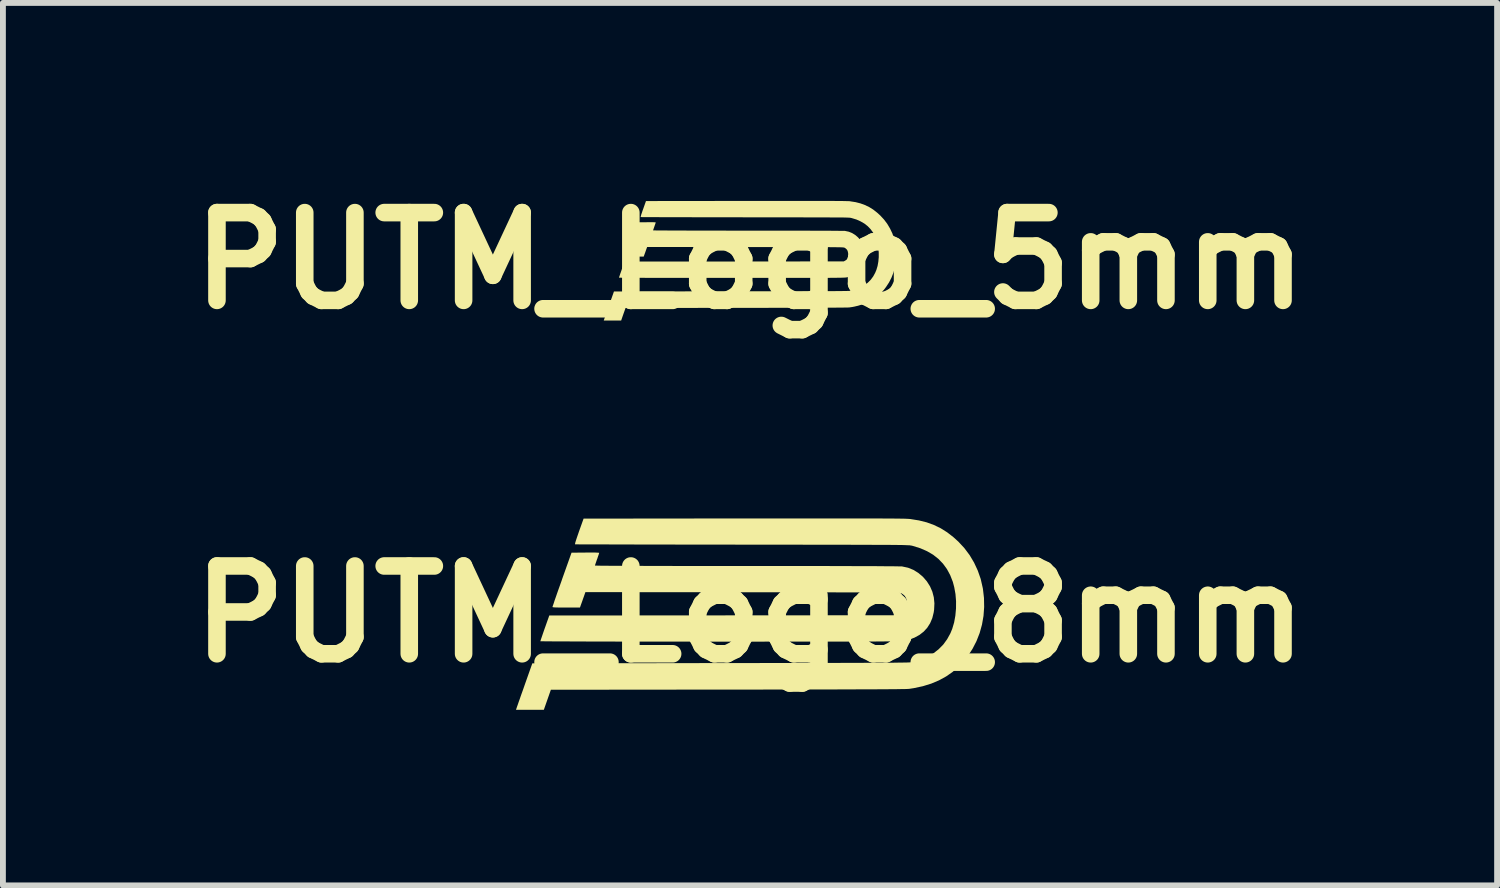
<source format=kicad_pcb>
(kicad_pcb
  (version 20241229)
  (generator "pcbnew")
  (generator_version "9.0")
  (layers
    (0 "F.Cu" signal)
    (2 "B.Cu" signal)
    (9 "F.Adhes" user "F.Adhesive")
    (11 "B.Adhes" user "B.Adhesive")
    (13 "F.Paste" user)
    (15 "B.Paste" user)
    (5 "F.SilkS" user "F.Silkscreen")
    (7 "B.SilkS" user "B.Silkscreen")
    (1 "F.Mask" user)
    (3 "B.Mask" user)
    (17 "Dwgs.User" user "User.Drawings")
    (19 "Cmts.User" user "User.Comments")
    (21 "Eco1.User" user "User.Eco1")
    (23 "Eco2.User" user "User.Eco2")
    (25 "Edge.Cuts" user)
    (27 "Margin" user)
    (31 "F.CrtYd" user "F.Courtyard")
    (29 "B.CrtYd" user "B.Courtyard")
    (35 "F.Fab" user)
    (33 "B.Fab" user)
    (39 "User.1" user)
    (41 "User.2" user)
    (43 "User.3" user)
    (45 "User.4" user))
  (footprint "PUTM_Logo_5mm"
    (layer "F.Cu")
    (at 9.764 1.404)
    (property "Reference" "PUTM_Logo_5mm" (at 0 0 0) (layer "F.SilkS") (effects (font (size 1.5 1.5) (thickness 0.3))))
    (attr board_only exclude_from_pos_files exclude_from_bom allow_missing_courtyard)
    (fp_poly (pts (xy -1.678 -0.657) (xy -1.648 -0.657) (xy -1.627 -0.656) (xy -1.614 -0.655) (xy -1.61 -0.653) (xy -1.612 -0.647) (xy -1.616 -0.634) (xy -1.623 -0.614) (xy -1.631 -0.591) (xy -1.633 -0.585) (xy -1.641 -0.562) (xy -1.648 -0.542) (xy -1.653 -0.527) (xy -1.655 -0.519) (xy -1.655 -0.518) (xy -1.65 -0.518) (xy -1.636 -0.517) (xy -1.612 -0.517) (xy -1.579 -0.516) (xy -1.537 -0.516) (xy -1.487 -0.516) (xy -1.429 -0.516) (xy -1.363 -0.515) (xy -1.29 -0.515) (xy -1.21 -0.515) (xy -1.123 -0.515) (xy -1.029 -0.514) (xy -0.93 -0.514) (xy -0.824 -0.514) (xy -0.713 -0.514) (xy -0.597 -0.514) (xy -0.476 -0.514) (xy -0.35 -0.513) (xy -0.221 -0.513) (xy -0.087 -0.513) (xy -0.031 -0.513) (xy 0.135 -0.513) (xy 0.292 -0.513) (xy 0.442 -0.513) (xy 0.583 -0.513) (xy 0.715 -0.513) (xy 0.839 -0.513) (xy 0.955 -0.513) (xy 1.062 -0.512) (xy 1.16 -0.512) (xy 1.248 -0.512) (xy 1.328 -0.512) (xy 1.399 -0.511) (xy 1.46 -0.511) (xy 1.512 -0.51) (xy 1.555 -0.51) (xy 1.588 -0.51) (xy 1.611 -0.509) (xy 1.624 -0.509) (xy 1.627 -0.508) (xy 1.688 -0.495) (xy 1.745 -0.472) (xy 1.797 -0.44) (xy 1.844 -0.4) (xy 1.845 -0.399) (xy 1.888 -0.35) (xy 1.923 -0.296) (xy 1.947 -0.239) (xy 1.963 -0.178) (xy 1.969 -0.115) (xy 1.966 -0.048) (xy 1.962 -0.018) (xy 1.947 0.043) (xy 1.924 0.097) (xy 1.893 0.146) (xy 1.855 0.188) (xy 1.809 0.223) (xy 1.756 0.252) (xy 1.696 0.274) (xy 1.653 0.285) (xy 1.649 0.285) (xy 1.644 0.286) (xy 1.639 0.287) (xy 1.633 0.288) (xy 1.625 0.288) (xy 1.616 0.289) (xy 1.605 0.289) (xy 1.591 0.29) (xy 1.575 0.29) (xy 1.557 0.291) (xy 1.535 0.291) (xy 1.509 0.291) (xy 1.48 0.292) (xy 1.447 0.292) (xy 1.41 0.292) (xy 1.368 0.293) (xy 1.321 0.293) (xy 1.269 0.293) (xy 1.211 0.293) (xy 1.148 0.293) (xy 1.078 0.294) (xy 1.002 0.294) (xy 0.92 0.294) (xy 0.83 0.294) (xy 0.733 0.294) (xy 0.628 0.294) (xy 0.515 0.294) (xy 0.394 0.294) (xy 0.265 0.294) (xy 0.127 0.294) (xy -0.02 0.294) (xy -0.177 0.294) (xy -0.315 0.294) (xy -0.467 0.294) (xy -0.615 0.294) (xy -0.758 0.294) (xy -0.896 0.294) (xy -1.029 0.294) (xy -1.157 0.294) (xy -1.279 0.294) (xy -1.395 0.293) (xy -1.504 0.293) (xy -1.607 0.293) (xy -1.704 0.293) (xy -1.793 0.293) (xy -1.875 0.292) (xy -1.949 0.292) (xy -2.016 0.292) (xy -2.074 0.292) (xy -2.124 0.291) (xy -2.165 0.291) (xy -2.197 0.291) (xy -2.221 0.29) (xy -2.234 0.29) (xy -2.238 0.29) (xy -2.237 0.284) (xy -2.232 0.271) (xy -2.225 0.25) (xy -2.217 0.225) (xy -2.206 0.195) (xy -2.195 0.163) (xy -2.184 0.13) (xy -2.172 0.096) (xy -2.16 0.064) (xy -2.15 0.035) (xy -2.148 0.029) (xy -2.143 0.015) (xy -0.27 0.014) (xy 1.603 0.012) (xy 1.623 0.001) (xy 1.639 -0.009) (xy 1.654 -0.021) (xy 1.657 -0.025) (xy 1.669 -0.046) (xy 1.676 -0.073) (xy 1.679 -0.103) (xy 1.676 -0.134) (xy 1.669 -0.164) (xy 1.666 -0.172) (xy 1.651 -0.195) (xy 1.63 -0.213) (xy 1.613 -0.223) (xy 1.611 -0.224) (xy 1.608 -0.224) (xy 1.604 -0.225) (xy 1.599 -0.226) (xy 1.592 -0.226) (xy 1.583 -0.227) (xy 1.572 -0.228) (xy 1.559 -0.228) (xy 1.542 -0.229) (xy 1.522 -0.229) (xy 1.499 -0.229) (xy 1.472 -0.23) (xy 1.441 -0.23) (xy 1.405 -0.23) (xy 1.364 -0.231) (xy 1.319 -0.231) (xy 1.267 -0.231) (xy 1.21 -0.231) (xy 1.147 -0.232) (xy 1.078 -0.232) (xy 1.002 -0.232) (xy 0.919 -0.232) (xy 0.828 -0.232) (xy 0.73 -0.232) (xy 0.624 -0.232) (xy 0.509 -0.233) (xy 0.386 -0.233) (xy 0.254 -0.233) (xy 0.113 -0.233) (xy -0.038 -0.233) (xy -0.082 -0.233) (xy -1.757 -0.234) (xy -1.772 -0.193) (xy -1.781 -0.167) (xy -1.791 -0.138) (xy -1.801 -0.112) (xy -1.801 -0.111) (xy -1.816 -0.07) (xy -1.962 -0.07) (xy -2.006 -0.07) (xy -2.04 -0.07) (xy -2.067 -0.071) (xy -2.086 -0.071) (xy -2.099 -0.073) (xy -2.106 -0.074) (xy -2.109 -0.076) (xy -2.109 -0.076) (xy -2.107 -0.082) (xy -2.102 -0.096) (xy -2.095 -0.118) (xy -2.085 -0.147) (xy -2.073 -0.182) (xy -2.059 -0.222) (xy -2.043 -0.267) (xy -2.026 -0.315) (xy -2.008 -0.366) (xy -2.007 -0.369) (xy -1.906 -0.656) (xy -1.758 -0.657) (xy -1.714 -0.657)) (stroke (width 0) (type solid)) (fill yes) (layer "F.SilkS"))
    (fp_poly (pts (xy 0.939 -1.021) (xy 1.027 -1.021) (xy 1.109 -1.021) (xy 1.183 -1.021) (xy 1.251 -1.021) (xy 1.313 -1.021) (xy 1.369 -1.021) (xy 1.419 -1.021) (xy 1.464 -1.02) (xy 1.504 -1.02) (xy 1.54 -1.02) (xy 1.571 -1.02) (xy 1.599 -1.019) (xy 1.622 -1.019) (xy 1.643 -1.018) (xy 1.66 -1.018) (xy 1.675 -1.017) (xy 1.687 -1.017) (xy 1.697 -1.016) (xy 1.706 -1.016) (xy 1.713 -1.015) (xy 1.715 -1.014) (xy 1.805 -1) (xy 1.887 -0.979) (xy 1.964 -0.951) (xy 2.037 -0.916) (xy 2.106 -0.873) (xy 2.172 -0.821) (xy 2.225 -0.773) (xy 2.289 -0.704) (xy 2.345 -0.63) (xy 2.393 -0.549) (xy 2.433 -0.465) (xy 2.463 -0.375) (xy 2.485 -0.282) (xy 2.487 -0.269) (xy 2.499 -0.172) (xy 2.501 -0.075) (xy 2.493 0.02) (xy 2.477 0.112) (xy 2.452 0.202) (xy 2.418 0.289) (xy 2.376 0.371) (xy 2.325 0.449) (xy 2.291 0.494) (xy 2.231 0.559) (xy 2.165 0.616) (xy 2.095 0.665) (xy 2.018 0.708) (xy 1.936 0.742) (xy 1.846 0.77) (xy 1.75 0.791) (xy 1.702 0.798) (xy 1.696 0.799) (xy 1.686 0.799) (xy 1.672 0.8) (xy 1.653 0.8) (xy 1.629 0.801) (xy 1.6 0.801) (xy 1.566 0.802) (xy 1.526 0.802) (xy 1.481 0.802) (xy 1.429 0.803) (xy 1.372 0.803) (xy 1.308 0.803) (xy 1.237 0.804) (xy 1.159 0.804) (xy 1.073 0.804) (xy 0.981 0.804) (xy 0.88 0.805) (xy 0.772 0.805) (xy 0.655 0.805) (xy 0.53 0.805) (xy 0.396 0.805) (xy 0.253 0.806) (xy 0.101 0.806) (xy -0.061 0.806) (xy -0.232 0.806) (xy -0.234 0.806) (xy -2.126 0.808) (xy -2.164 0.915) (xy -2.201 1.022) (xy -2.35 1.022) (xy -2.498 1.022) (xy -2.495 1.011) (xy -2.492 1.004) (xy -2.487 0.989) (xy -2.479 0.966) (xy -2.469 0.937) (xy -2.457 0.902) (xy -2.443 0.862) (xy -2.427 0.819) (xy -2.411 0.772) (xy -2.408 0.763) (xy -2.324 0.526) (xy -0.308 0.523) (xy -0.139 0.523) (xy 0.02 0.523) (xy 0.17 0.523) (xy 0.311 0.522) (xy 0.443 0.522) (xy 0.567 0.522) (xy 0.682 0.522) (xy 0.789 0.522) (xy 0.889 0.522) (xy 0.981 0.521) (xy 1.067 0.521) (xy 1.145 0.521) (xy 1.217 0.521) (xy 1.283 0.52) (xy 1.343 0.52) (xy 1.397 0.52) (xy 1.446 0.52) (xy 1.49 0.519) (xy 1.53 0.519) (xy 1.564 0.519) (xy 1.595 0.518) (xy 1.622 0.518) (xy 1.645 0.518) (xy 1.665 0.517) (xy 1.682 0.517) (xy 1.696 0.516) (xy 1.708 0.516) (xy 1.718 0.515) (xy 1.725 0.515) (xy 1.732 0.514) (xy 1.737 0.513) (xy 1.741 0.513) (xy 1.744 0.512) (xy 1.822 0.489) (xy 1.892 0.458) (xy 1.956 0.421) (xy 2.013 0.376) (xy 2.063 0.326) (xy 2.106 0.268) (xy 2.14 0.205) (xy 2.16 0.157) (xy 2.18 0.09) (xy 2.193 0.017) (xy 2.2 -0.059) (xy 2.2 -0.137) (xy 2.194 -0.214) (xy 2.181 -0.287) (xy 2.166 -0.344) (xy 2.138 -0.416) (xy 2.103 -0.48) (xy 2.061 -0.538) (xy 2.012 -0.589) (xy 1.955 -0.634) (xy 1.891 -0.671) (xy 1.82 -0.703) (xy 1.741 -0.727) (xy 1.725 -0.731) (xy 1.721 -0.732) (xy 1.717 -0.733) (xy 1.712 -0.733) (xy 1.705 -0.734) (xy 1.697 -0.735) (xy 1.687 -0.735) (xy 1.675 -0.736) (xy 1.66 -0.736) (xy 1.643 -0.737) (xy 1.622 -0.737) (xy 1.598 -0.738) (xy 1.57 -0.738) (xy 1.538 -0.738) (xy 1.502 -0.739) (xy 1.461 -0.739) (xy 1.415 -0.739) (xy 1.363 -0.739) (xy 1.306 -0.74) (xy 1.244 -0.74) (xy 1.174 -0.74) (xy 1.099 -0.74) (xy 1.016 -0.74) (xy 0.927 -0.74) (xy 0.829 -0.741) (xy 0.725 -0.741) (xy 0.611 -0.741) (xy 0.49 -0.741) (xy 0.36 -0.741) (xy 0.221 -0.741) (xy 0.072 -0.741) (xy -0.086 -0.741) (xy -0.087 -0.741) (xy -0.22 -0.742) (xy -0.35 -0.742) (xy -0.477 -0.742) (xy -0.6 -0.742) (xy -0.721 -0.742) (xy -0.837 -0.742) (xy -0.949 -0.742) (xy -1.056 -0.743) (xy -1.158 -0.743) (xy -1.255 -0.743) (xy -1.346 -0.743) (xy -1.431 -0.743) (xy -1.51 -0.743) (xy -1.581 -0.744) (xy -1.646 -0.744) (xy -1.703 -0.744) (xy -1.752 -0.744) (xy -1.793 -0.744) (xy -1.826 -0.744) (xy -1.849 -0.745) (xy -1.863 -0.745) (xy -1.868 -0.745) (xy -1.868 -0.75) (xy -1.864 -0.765) (xy -1.858 -0.788) (xy -1.847 -0.819) (xy -1.834 -0.859) (xy -1.825 -0.883) (xy -1.777 -1.019) (xy -0.062 -1.021) (xy 0.095 -1.021) (xy 0.242 -1.021) (xy 0.379 -1.021) (xy 0.508 -1.021) (xy 0.628 -1.021) (xy 0.74 -1.021) (xy 0.843 -1.021)) (stroke (width 0) (type solid)) (fill yes) (layer "F.SilkS")))
  (footprint "PUTM_Logo_8mm"
    (layer "F.Cu")
    (at 9.764 7.442)
    (property "Reference" "PUTM_Logo_8mm" (at 0 0 0) (layer "F.SilkS") (effects (font (size 1.5 1.5) (thickness 0.3))))
    (attr board_only exclude_from_pos_files exclude_from_bom allow_missing_courtyard)
    (fp_poly (pts (xy -2.685 -1.051) (xy -2.637 -1.051) (xy -2.603 -1.049) (xy -2.582 -1.048) (xy -2.577 -1.046) (xy -2.579 -1.036) (xy -2.586 -1.014) (xy -2.597 -0.983) (xy -2.609 -0.946) (xy -2.613 -0.937) (xy -2.626 -0.899) (xy -2.637 -0.867) (xy -2.645 -0.843) (xy -2.648 -0.83) (xy -2.648 -0.829) (xy -2.641 -0.828) (xy -2.617 -0.828) (xy -2.579 -0.827) (xy -2.526 -0.826) (xy -2.46 -0.826) (xy -2.38 -0.825) (xy -2.287 -0.825) (xy -2.182 -0.825) (xy -2.064 -0.824) (xy -1.936 -0.824) (xy -1.797 -0.823) (xy -1.647 -0.823) (xy -1.487 -0.823) (xy -1.319 -0.822) (xy -1.141 -0.822) (xy -0.955 -0.822) (xy -0.762 -0.822) (xy -0.561 -0.822) (xy -0.353 -0.822) (xy -0.139 -0.822) (xy -0.05 -0.822) (xy 0.215 -0.821) (xy 0.468 -0.821) (xy 0.707 -0.821) (xy 0.932 -0.821) (xy 1.145 -0.821) (xy 1.343 -0.821) (xy 1.528 -0.82) (xy 1.699 -0.82) (xy 1.855 -0.819) (xy 1.998 -0.819) (xy 2.125 -0.819) (xy 2.238 -0.818) (xy 2.337 -0.817) (xy 2.42 -0.817) (xy 2.488 -0.816) (xy 2.54 -0.815) (xy 2.577 -0.815) (xy 2.599 -0.814) (xy 2.603 -0.813) (xy 2.701 -0.792) (xy 2.792 -0.755) (xy 2.875 -0.704) (xy 2.951 -0.64) (xy 2.953 -0.639) (xy 3.022 -0.559) (xy 3.076 -0.474) (xy 3.116 -0.382) (xy 3.141 -0.286) (xy 3.151 -0.184) (xy 3.146 -0.077) (xy 3.139 -0.028) (xy 3.115 0.069) (xy 3.078 0.156) (xy 3.029 0.233) (xy 2.968 0.3) (xy 2.894 0.357) (xy 2.81 0.403) (xy 2.713 0.438) (xy 2.645 0.456) (xy 2.638 0.457) (xy 2.631 0.458) (xy 2.622 0.459) (xy 2.612 0.46) (xy 2.6 0.461) (xy 2.585 0.462) (xy 2.568 0.463) (xy 2.546 0.464) (xy 2.521 0.465) (xy 2.491 0.465) (xy 2.456 0.466) (xy 2.415 0.466) (xy 2.369 0.467) (xy 2.316 0.467) (xy 2.256 0.468) (xy 2.189 0.468) (xy 2.114 0.469) (xy 2.031 0.469) (xy 1.938 0.469) (xy 1.837 0.469) (xy 1.726 0.47) (xy 1.604 0.47) (xy 1.471 0.47) (xy 1.328 0.47) (xy 1.172 0.47) (xy 1.005 0.47) (xy 0.825 0.47) (xy 0.631 0.47) (xy 0.424 0.47) (xy 0.203 0.471) (xy -0.033 0.471) (xy -0.284 0.471) (xy -0.505 0.471) (xy -0.748 0.471) (xy -0.984 0.471) (xy -1.213 0.47) (xy -1.435 0.47) (xy -1.647 0.47) (xy -1.851 0.47) (xy -2.046 0.47) (xy -2.232 0.47) (xy -2.407 0.469) (xy -2.572 0.469) (xy -2.726 0.469) (xy -2.869 0.468) (xy -3 0.468) (xy -3.119 0.467) (xy -3.225 0.467) (xy -3.319 0.467) (xy -3.399 0.466) (xy -3.465 0.466) (xy -3.516 0.465) (xy -3.553 0.465) (xy -3.575 0.464) (xy -3.582 0.464) (xy -3.579 0.455) (xy -3.572 0.433) (xy -3.561 0.401) (xy -3.547 0.36) (xy -3.531 0.313) (xy -3.513 0.261) (xy -3.494 0.208) (xy -3.475 0.154) (xy -3.457 0.103) (xy -3.44 0.056) (xy -3.437 0.046) (xy -3.429 0.024) (xy -0.432 0.022) (xy 2.565 0.02) (xy 2.598 0.002) (xy 2.623 -0.014) (xy 2.646 -0.034) (xy 2.651 -0.039) (xy 2.67 -0.073) (xy 2.682 -0.116) (xy 2.686 -0.165) (xy 2.682 -0.215) (xy 2.67 -0.262) (xy 2.665 -0.275) (xy 2.642 -0.313) (xy 2.609 -0.341) (xy 2.581 -0.357) (xy 2.577 -0.358) (xy 2.573 -0.359) (xy 2.567 -0.36) (xy 2.558 -0.361) (xy 2.548 -0.362) (xy 2.534 -0.363) (xy 2.516 -0.364) (xy 2.494 -0.365) (xy 2.468 -0.366) (xy 2.436 -0.366) (xy 2.399 -0.367) (xy 2.355 -0.368) (xy 2.305 -0.368) (xy 2.248 -0.369) (xy 2.183 -0.369) (xy 2.11 -0.37) (xy 2.028 -0.37) (xy 1.937 -0.37) (xy 1.836 -0.371) (xy 1.725 -0.371) (xy 1.603 -0.371) (xy 1.47 -0.371) (xy 1.325 -0.372) (xy 1.168 -0.372) (xy 0.998 -0.372) (xy 0.815 -0.372) (xy 0.618 -0.372) (xy 0.407 -0.373) (xy 0.181 -0.373) (xy -0.06 -0.373) (xy -0.132 -0.373) (xy -2.812 -0.375) (xy -2.835 -0.309) (xy -2.85 -0.267) (xy -2.866 -0.221) (xy -2.881 -0.179) (xy -2.882 -0.177) (xy -2.905 -0.112) (xy -3.14 -0.112) (xy -3.21 -0.112) (xy -3.265 -0.112) (xy -3.307 -0.113) (xy -3.338 -0.114) (xy -3.358 -0.116) (xy -3.37 -0.118) (xy -3.374 -0.121) (xy -3.374 -0.122) (xy -3.372 -0.131) (xy -3.364 -0.154) (xy -3.352 -0.189) (xy -3.337 -0.236) (xy -3.317 -0.292) (xy -3.295 -0.356) (xy -3.27 -0.427) (xy -3.242 -0.505) (xy -3.213 -0.586) (xy -3.212 -0.591) (xy -3.049 -1.049) (xy -2.813 -1.051) (xy -2.743 -1.052)) (stroke (width 0) (type solid)) (fill yes) (layer "F.SilkS"))
    (fp_poly (pts (xy 1.503 -1.634) (xy 1.644 -1.634) (xy 1.774 -1.634) (xy 1.893 -1.634) (xy 2.002 -1.634) (xy 2.101 -1.634) (xy 2.19 -1.634) (xy 2.271 -1.633) (xy 2.343 -1.633) (xy 2.407 -1.632) (xy 2.464 -1.632) (xy 2.514 -1.631) (xy 2.558 -1.631) (xy 2.596 -1.63) (xy 2.628 -1.63) (xy 2.656 -1.629) (xy 2.68 -1.628) (xy 2.699 -1.627) (xy 2.716 -1.626) (xy 2.729 -1.625) (xy 2.74 -1.624) (xy 2.745 -1.623) (xy 2.888 -1.6) (xy 3.02 -1.567) (xy 3.143 -1.522) (xy 3.259 -1.466) (xy 3.369 -1.397) (xy 3.476 -1.314) (xy 3.561 -1.237) (xy 3.663 -1.127) (xy 3.753 -1.007) (xy 3.829 -0.879) (xy 3.892 -0.743) (xy 3.942 -0.6) (xy 3.976 -0.451) (xy 3.98 -0.431) (xy 3.998 -0.275) (xy 4.001 -0.121) (xy 3.99 0.031) (xy 3.964 0.18) (xy 3.924 0.324) (xy 3.87 0.462) (xy 3.802 0.594) (xy 3.721 0.719) (xy 3.665 0.79) (xy 3.569 0.894) (xy 3.465 0.986) (xy 3.352 1.065) (xy 3.23 1.132) (xy 3.097 1.188) (xy 2.955 1.232) (xy 2.801 1.265) (xy 2.724 1.277) (xy 2.714 1.278) (xy 2.698 1.279) (xy 2.675 1.28) (xy 2.645 1.281) (xy 2.607 1.281) (xy 2.56 1.282) (xy 2.506 1.283) (xy 2.442 1.283) (xy 2.37 1.284) (xy 2.287 1.285) (xy 2.195 1.285) (xy 2.092 1.286) (xy 1.979 1.286) (xy 1.854 1.286) (xy 1.718 1.287) (xy 1.569 1.287) (xy 1.408 1.288) (xy 1.235 1.288) (xy 1.048 1.288) (xy 0.848 1.289) (xy 0.633 1.289) (xy 0.405 1.289) (xy 0.161 1.29) (xy -0.097 1.29) (xy -0.372 1.29) (xy -0.375 1.29) (xy -3.402 1.293) (xy -3.462 1.464) (xy -3.522 1.635) (xy -3.76 1.635) (xy -3.998 1.635) (xy -3.992 1.617) (xy -3.988 1.607) (xy -3.98 1.582) (xy -3.967 1.546) (xy -3.951 1.499) (xy -3.931 1.443) (xy -3.909 1.379) (xy -3.884 1.31) (xy -3.858 1.236) (xy -3.853 1.221) (xy -3.719 0.842) (xy -0.493 0.837) (xy -0.223 0.837) (xy 0.032 0.837) (xy 0.272 0.836) (xy 0.498 0.836) (xy 0.709 0.836) (xy 0.907 0.835) (xy 1.091 0.835) (xy 1.263 0.835) (xy 1.423 0.835) (xy 1.57 0.834) (xy 1.707 0.834) (xy 1.833 0.834) (xy 1.948 0.833) (xy 2.053 0.833) (xy 2.149 0.832) (xy 2.236 0.832) (xy 2.315 0.832) (xy 2.385 0.831) (xy 2.448 0.831) (xy 2.503 0.83) (xy 2.552 0.829) (xy 2.595 0.829) (xy 2.632 0.828) (xy 2.664 0.828) (xy 2.691 0.827) (xy 2.714 0.826) (xy 2.733 0.825) (xy 2.748 0.824) (xy 2.761 0.823) (xy 2.771 0.822) (xy 2.779 0.821) (xy 2.785 0.82) (xy 2.791 0.819) (xy 2.915 0.782) (xy 3.028 0.733) (xy 3.131 0.673) (xy 3.222 0.602) (xy 3.302 0.521) (xy 3.369 0.429) (xy 3.425 0.327) (xy 3.456 0.251) (xy 3.488 0.143) (xy 3.509 0.027) (xy 3.52 -0.095) (xy 3.521 -0.219) (xy 3.511 -0.342) (xy 3.49 -0.459) (xy 3.466 -0.55) (xy 3.421 -0.665) (xy 3.365 -0.769) (xy 3.298 -0.861) (xy 3.219 -0.943) (xy 3.129 -1.014) (xy 3.026 -1.074) (xy 2.912 -1.124) (xy 2.785 -1.164) (xy 2.76 -1.17) (xy 2.754 -1.171) (xy 2.747 -1.172) (xy 2.739 -1.173) (xy 2.729 -1.175) (xy 2.716 -1.176) (xy 2.7 -1.176) (xy 2.68 -1.177) (xy 2.656 -1.178) (xy 2.628 -1.179) (xy 2.595 -1.18) (xy 2.557 -1.18) (xy 2.512 -1.181) (xy 2.461 -1.181) (xy 2.403 -1.182) (xy 2.337 -1.182) (xy 2.264 -1.183) (xy 2.182 -1.183) (xy 2.091 -1.183) (xy 1.99 -1.184) (xy 1.879 -1.184) (xy 1.758 -1.184) (xy 1.626 -1.185) (xy 1.483 -1.185) (xy 1.327 -1.185) (xy 1.159 -1.185) (xy 0.978 -1.185) (xy 0.784 -1.186) (xy 0.576 -1.186) (xy 0.353 -1.186) (xy 0.115 -1.186) (xy -0.138 -1.186) (xy -0.14 -1.186) (xy -0.352 -1.187) (xy -0.56 -1.187) (xy -0.763 -1.187) (xy -0.961 -1.187) (xy -1.153 -1.187) (xy -1.339 -1.188) (xy -1.518 -1.188) (xy -1.69 -1.188) (xy -1.853 -1.188) (xy -2.008 -1.189) (xy -2.154 -1.189) (xy -2.29 -1.189) (xy -2.416 -1.19) (xy -2.53 -1.19) (xy -2.634 -1.19) (xy -2.725 -1.19) (xy -2.804 -1.191) (xy -2.869 -1.191) (xy -2.921 -1.191) (xy -2.959 -1.192) (xy -2.981 -1.192) (xy -2.989 -1.192) (xy -2.989 -1.201) (xy -2.984 -1.224) (xy -2.973 -1.26) (xy -2.956 -1.311) (xy -2.934 -1.375) (xy -2.921 -1.413) (xy -2.843 -1.631) (xy -0.099 -1.634) (xy 0.151 -1.634) (xy 0.387 -1.634) (xy 0.607 -1.634) (xy 0.813 -1.634) (xy 1.005 -1.634) (xy 1.184 -1.634) (xy 1.349 -1.634)) (stroke (width 0) (type solid)) (fill yes) (layer "F.SilkS")))
  (gr_rect
    (start -3 -3)
    (end 22.529 12.078)
    (stroke (width 0.1) (type default))
    (fill no)
    (layer "Edge.Cuts")))
</source>
